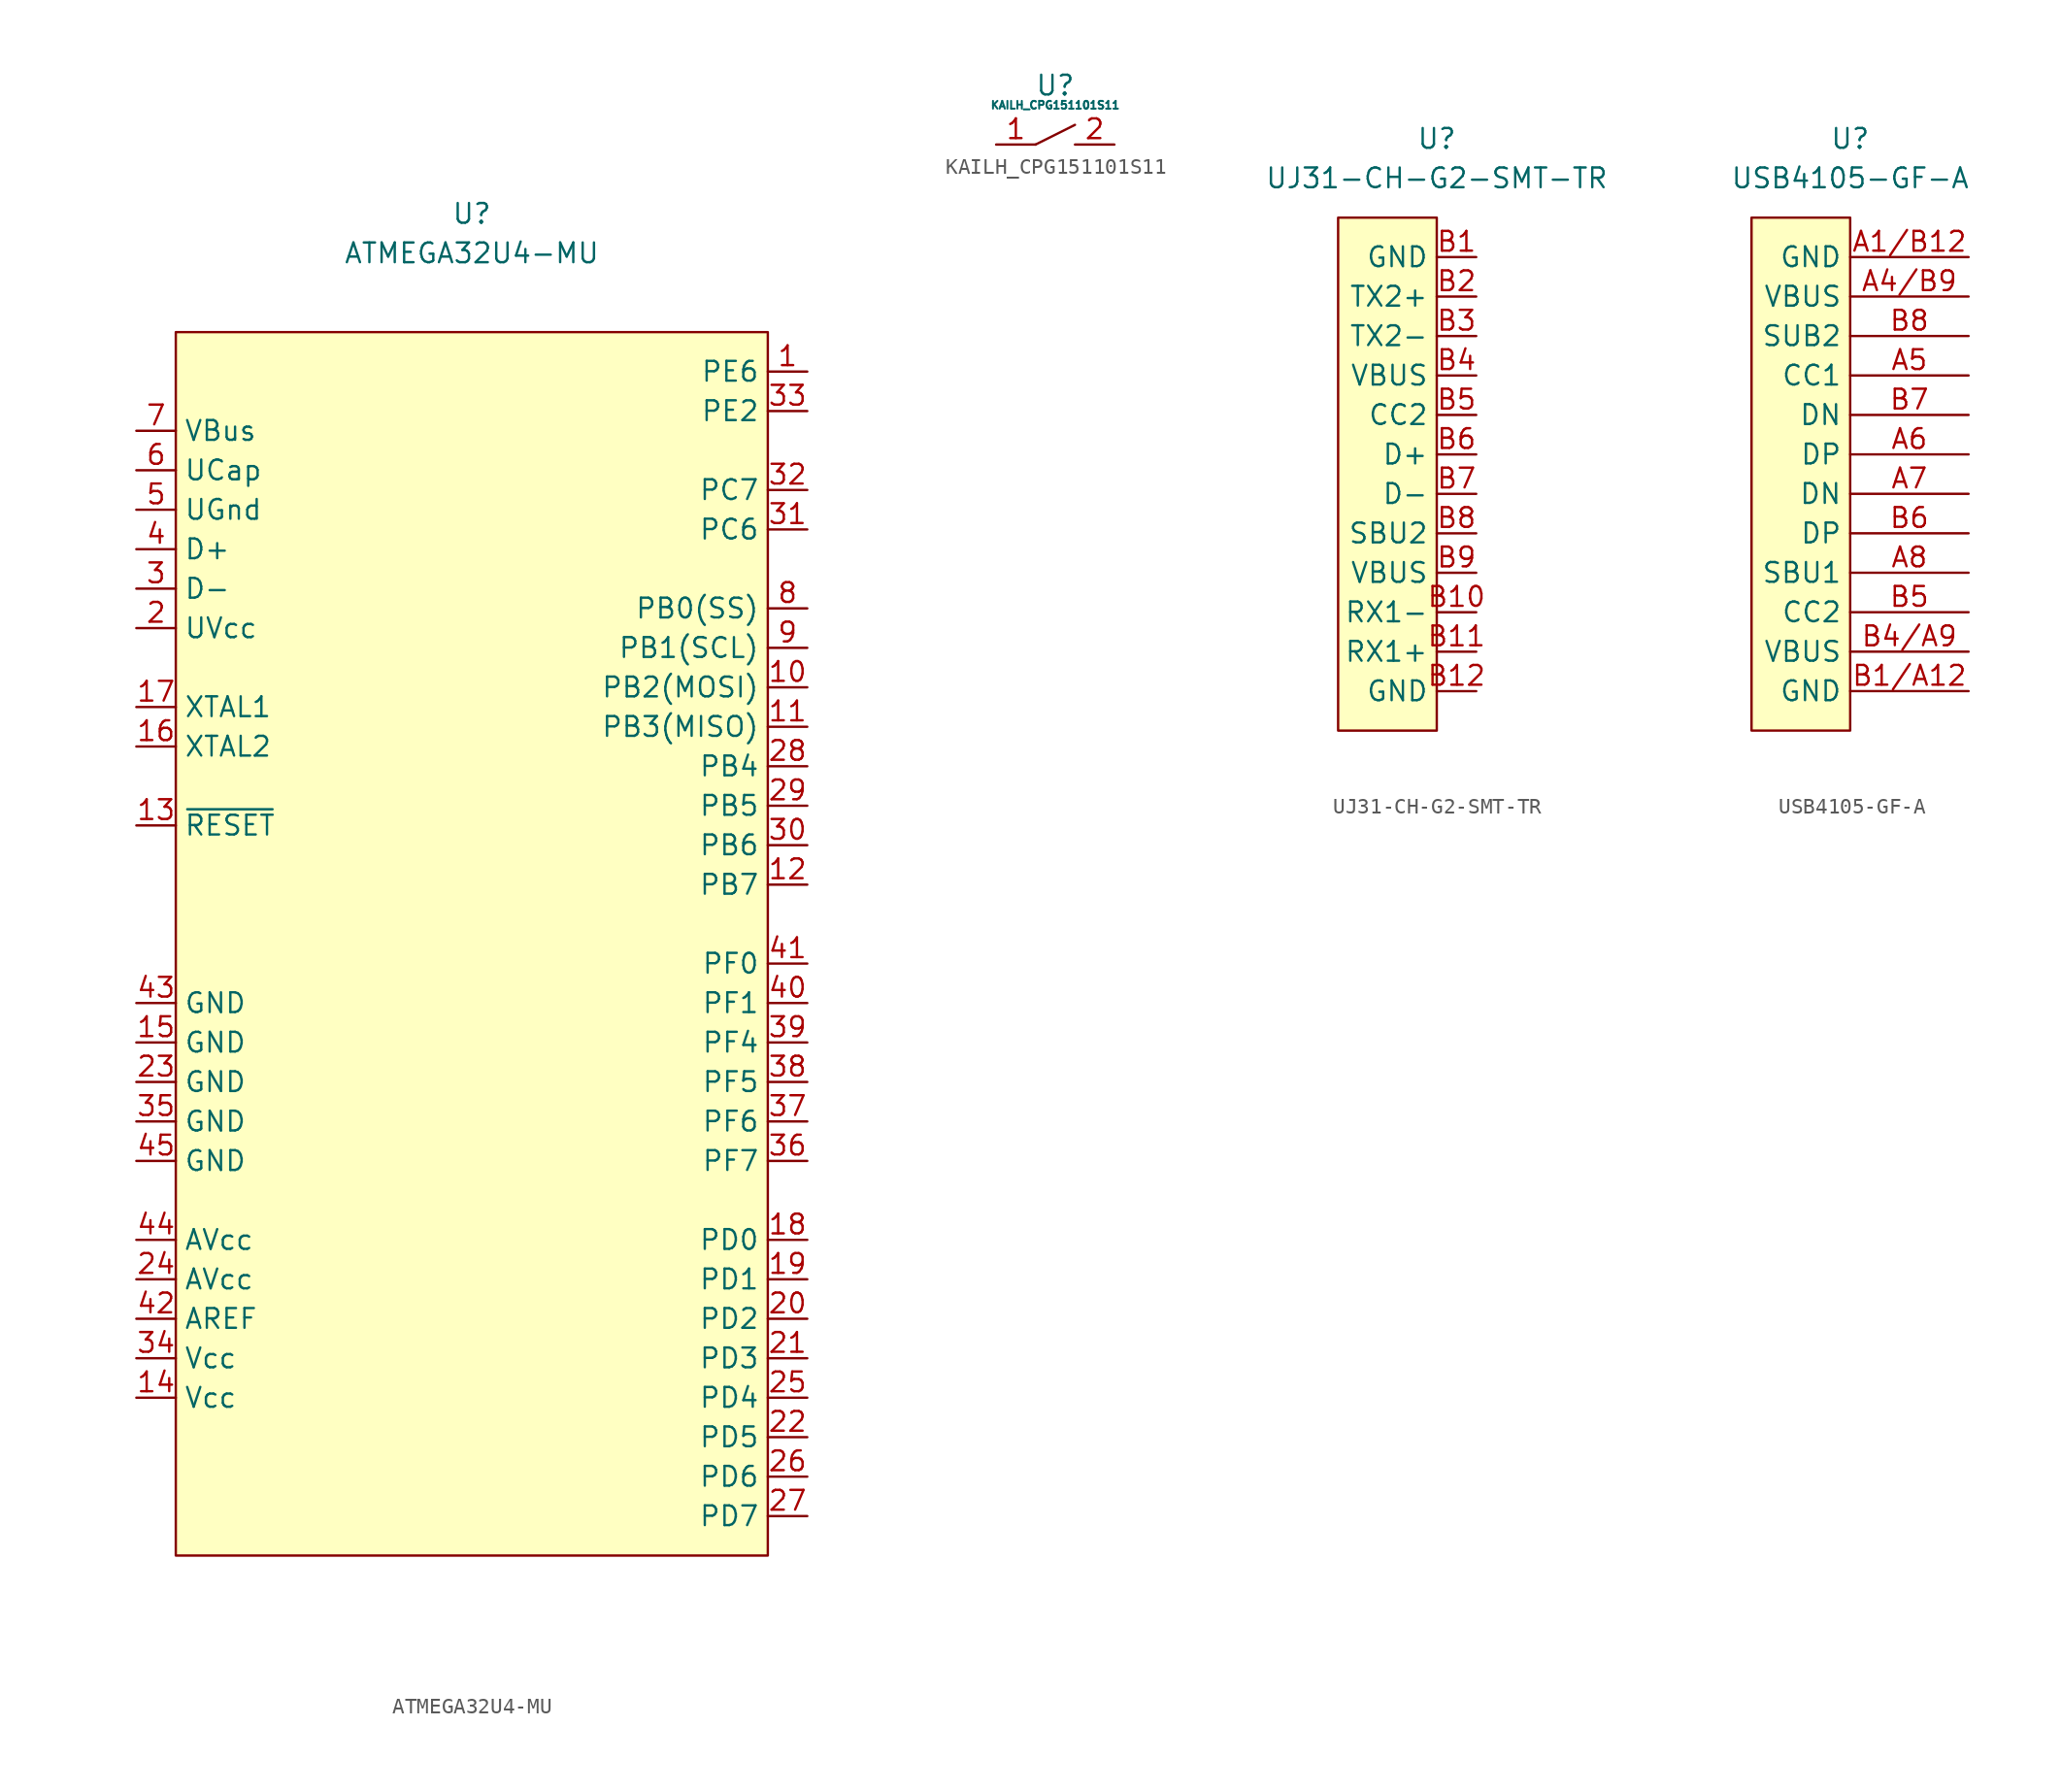
<source format=kicad_sym>
(kicad_symbol_lib
  (version 20211014)
  (generator kicad_symbol_editor)
  (symbol "ATMEGA32U4-MU"
    (property "Reference" "U"
      (at 0 48.26 0)
      (effects (font (size 1.27 1.27))))
    (property "Value" "ATMEGA32U4-MU"
      (at 0 45.72 0)
      (effects (font (size 1.27 1.27))))
    (symbol "ATMEGA32U4-MU_0_1"
      (rectangle (start -19.05 40.64) (end 19.05 -38.1) (stroke (width 0) (type default) (color 0 0 0 0)) (fill (type background))))
    (symbol "ATMEGA32U4-MU_1_1"
      (pin bidirectional line (at 21.59 38.1 180) (length 2.54) (name "PE6" (effects (font (size 1.27 1.27)))) (number "1" (effects (font (size 1.27 1.27)))))
      (pin bidirectional line (at 21.59 17.78 180) (length 2.54) (name "PB2(MOSI)" (effects (font (size 1.27 1.27)))) (number "10" (effects (font (size 1.27 1.27)))))
      (pin bidirectional line (at 21.59 15.24 180) (length 2.54) (name "PB3(MISO)" (effects (font (size 1.27 1.27)))) (number "11" (effects (font (size 1.27 1.27)))))
      (pin bidirectional line (at 21.59 5.08 180) (length 2.54) (name "PB7" (effects (font (size 1.27 1.27)))) (number "12" (effects (font (size 1.27 1.27)))))
      (pin input line (at -21.59 8.89 0) (length 2.54) (name "~{RESET}" (effects (font (size 1.27 1.27)))) (number "13" (effects (font (size 1.27 1.27)))))
      (pin free line (at -21.59 -27.94 0) (length 2.54) (name "Vcc" (effects (font (size 1.27 1.27)))) (number "14" (effects (font (size 1.27 1.27)))))
      (pin free line (at -21.59 -5.08 0) (length 2.54) (name "GND" (effects (font (size 1.27 1.27)))) (number "15" (effects (font (size 1.27 1.27)))))
      (pin bidirectional line (at -21.59 13.97 0) (length 2.54) (name "XTAL2" (effects (font (size 1.27 1.27)))) (number "16" (effects (font (size 1.27 1.27)))))
      (pin bidirectional line (at -21.59 16.51 0) (length 2.54) (name "XTAL1" (effects (font (size 1.27 1.27)))) (number "17" (effects (font (size 1.27 1.27)))))
      (pin bidirectional line (at 21.59 -17.78 180) (length 2.54) (name "PD0" (effects (font (size 1.27 1.27)))) (number "18" (effects (font (size 1.27 1.27)))))
      (pin bidirectional line (at 21.59 -20.32 180) (length 2.54) (name "PD1" (effects (font (size 1.27 1.27)))) (number "19" (effects (font (size 1.27 1.27)))))
      (pin free line (at -21.59 21.59 0) (length 2.54) (name "UVcc" (effects (font (size 1.27 1.27)))) (number "2" (effects (font (size 1.27 1.27)))))
      (pin bidirectional line (at 21.59 -22.86 180) (length 2.54) (name "PD2" (effects (font (size 1.27 1.27)))) (number "20" (effects (font (size 1.27 1.27)))))
      (pin bidirectional line (at 21.59 -25.4 180) (length 2.54) (name "PD3" (effects (font (size 1.27 1.27)))) (number "21" (effects (font (size 1.27 1.27)))))
      (pin bidirectional line (at 21.59 -30.48 180) (length 2.54) (name "PD5" (effects (font (size 1.27 1.27)))) (number "22" (effects (font (size 1.27 1.27)))))
      (pin free line (at -21.59 -7.62 0) (length 2.54) (name "GND" (effects (font (size 1.27 1.27)))) (number "23" (effects (font (size 1.27 1.27)))))
      (pin free line (at -21.59 -20.32 0) (length 2.54) (name "AVcc" (effects (font (size 1.27 1.27)))) (number "24" (effects (font (size 1.27 1.27)))))
      (pin bidirectional line (at 21.59 -27.94 180) (length 2.54) (name "PD4" (effects (font (size 1.27 1.27)))) (number "25" (effects (font (size 1.27 1.27)))))
      (pin bidirectional line (at 21.59 -33.02 180) (length 2.54) (name "PD6" (effects (font (size 1.27 1.27)))) (number "26" (effects (font (size 1.27 1.27)))))
      (pin bidirectional line (at 21.59 -35.56 180) (length 2.54) (name "PD7" (effects (font (size 1.27 1.27)))) (number "27" (effects (font (size 1.27 1.27)))))
      (pin bidirectional line (at 21.59 12.7 180) (length 2.54) (name "PB4" (effects (font (size 1.27 1.27)))) (number "28" (effects (font (size 1.27 1.27)))))
      (pin bidirectional line (at 21.59 10.16 180) (length 2.54) (name "PB5" (effects (font (size 1.27 1.27)))) (number "29" (effects (font (size 1.27 1.27)))))
      (pin bidirectional line (at -21.59 24.13 0) (length 2.54) (name "D-" (effects (font (size 1.27 1.27)))) (number "3" (effects (font (size 1.27 1.27)))))
      (pin bidirectional line (at 21.59 7.62 180) (length 2.54) (name "PB6" (effects (font (size 1.27 1.27)))) (number "30" (effects (font (size 1.27 1.27)))))
      (pin bidirectional line (at 21.59 27.94 180) (length 2.54) (name "PC6" (effects (font (size 1.27 1.27)))) (number "31" (effects (font (size 1.27 1.27)))))
      (pin bidirectional line (at 21.59 30.48 180) (length 2.54) (name "PC7" (effects (font (size 1.27 1.27)))) (number "32" (effects (font (size 1.27 1.27)))))
      (pin bidirectional line (at 21.59 35.56 180) (length 2.54) (name "PE2" (effects (font (size 1.27 1.27)))) (number "33" (effects (font (size 1.27 1.27)))))
      (pin free line (at -21.59 -25.4 0) (length 2.54) (name "Vcc" (effects (font (size 1.27 1.27)))) (number "34" (effects (font (size 1.27 1.27)))))
      (pin free line (at -21.59 -10.16 0) (length 2.54) (name "GND" (effects (font (size 1.27 1.27)))) (number "35" (effects (font (size 1.27 1.27)))))
      (pin bidirectional line (at 21.59 -12.7 180) (length 2.54) (name "PF7" (effects (font (size 1.27 1.27)))) (number "36" (effects (font (size 1.27 1.27)))))
      (pin bidirectional line (at 21.59 -10.16 180) (length 2.54) (name "PF6" (effects (font (size 1.27 1.27)))) (number "37" (effects (font (size 1.27 1.27)))))
      (pin bidirectional line (at 21.59 -7.62 180) (length 2.54) (name "PF5" (effects (font (size 1.27 1.27)))) (number "38" (effects (font (size 1.27 1.27)))))
      (pin bidirectional line (at 21.59 -5.08 180) (length 2.54) (name "PF4" (effects (font (size 1.27 1.27)))) (number "39" (effects (font (size 1.27 1.27)))))
      (pin bidirectional line (at -21.59 26.67 0) (length 2.54) (name "D+" (effects (font (size 1.27 1.27)))) (number "4" (effects (font (size 1.27 1.27)))))
      (pin bidirectional line (at 21.59 -2.54 180) (length 2.54) (name "PF1" (effects (font (size 1.27 1.27)))) (number "40" (effects (font (size 1.27 1.27)))))
      (pin bidirectional line (at 21.59 0 180) (length 2.54) (name "PF0" (effects (font (size 1.27 1.27)))) (number "41" (effects (font (size 1.27 1.27)))))
      (pin free line (at -21.59 -22.86 0) (length 2.54) (name "AREF" (effects (font (size 1.27 1.27)))) (number "42" (effects (font (size 1.27 1.27)))))
      (pin free line (at -21.59 -2.54 0) (length 2.54) (name "GND" (effects (font (size 1.27 1.27)))) (number "43" (effects (font (size 1.27 1.27)))))
      (pin free line (at -21.59 -17.78 0) (length 2.54) (name "AVcc" (effects (font (size 1.27 1.27)))) (number "44" (effects (font (size 1.27 1.27)))))
      (pin free line (at -21.59 -12.7 0) (length 2.54) (name "GND" (effects (font (size 1.27 1.27)))) (number "45" (effects (font (size 1.27 1.27)))))
      (pin free line (at -21.59 29.21 0) (length 2.54) (name "UGnd" (effects (font (size 1.27 1.27)))) (number "5" (effects (font (size 1.27 1.27)))))
      (pin free line (at -21.59 31.75 0) (length 2.54) (name "UCap" (effects (font (size 1.27 1.27)))) (number "6" (effects (font (size 1.27 1.27)))))
      (pin free line (at -21.59 34.29 0) (length 2.54) (name "VBus" (effects (font (size 1.27 1.27)))) (number "7" (effects (font (size 1.27 1.27)))))
      (pin bidirectional line (at 21.59 22.86 180) (length 2.54) (name "PB0(SS)" (effects (font (size 1.27 1.27)))) (number "8" (effects (font (size 1.27 1.27)))))
      (pin bidirectional line (at 21.59 20.32 180) (length 2.54) (name "PB1(SCL)" (effects (font (size 1.27 1.27)))) (number "9" (effects (font (size 1.27 1.27)))))))
  (symbol "KAILH_CPG151101S11"
    (property "Reference" "U"
      (at 0 3.81 0)
      (effects (font (size 1.27 1.27))))
    (property "Value" "KAILH_CPG151101S11"
      (at 0 2.54 0)
      (effects (font (size 0.5 0.5))))
    (symbol "KAILH_CPG151101S11_0_1"
      (polyline (pts (xy -1.27 0) (xy 1.27 1.27)) (stroke (width 0) (type default) (color 0 0 0 0)) (fill (type none))))
    (symbol "KAILH_CPG151101S11_1_1"
      (pin free line (at -3.81 0 0) (length 2.54) (name "" (effects (font (size 1.27 1.27)))) (number "1" (effects (font (size 1.27 1.27)))))
      (pin free line (at 3.81 0 180) (length 2.54) (name "" (effects (font (size 1.27 1.27)))) (number "2" (effects (font (size 1.27 1.27)))))))
  (symbol "UJ31-CH-G2-SMT-TR"
    (property "Reference" "U"
      (at 0 21.59 0)
      (effects (font (size 1.27 1.27))))
    (property "Value" "UJ31-CH-G2-SMT-TR"
      (at 0 19.05 0)
      (effects (font (size 1.27 1.27))))
    (symbol "UJ31-CH-G2-SMT-TR_0_1"
      (rectangle (start -6.35 16.51) (end 0 -16.51) (stroke (width 0) (type default) (color 0 0 0 0)) (fill (type background))))
    (symbol "UJ31-CH-G2-SMT-TR_1_1"
      (pin free line (at 2.54 13.97 180) (length 2.54) (name "GND" (effects (font (size 1.27 1.27)))) (number "B1" (effects (font (size 1.27 1.27)))))
      (pin bidirectional line (at 2.54 -8.89 180) (length 2.54) (name "RX1-" (effects (font (size 1.27 1.27)))) (number "B10" (effects (font (size 1.27 1.27)))))
      (pin bidirectional line (at 2.54 -11.43 180) (length 2.54) (name "RX1+" (effects (font (size 1.27 1.27)))) (number "B11" (effects (font (size 1.27 1.27)))))
      (pin free line (at 2.54 -13.97 180) (length 2.54) (name "GND" (effects (font (size 1.27 1.27)))) (number "B12" (effects (font (size 1.27 1.27)))))
      (pin bidirectional line (at 2.54 11.43 180) (length 2.54) (name "TX2+" (effects (font (size 1.27 1.27)))) (number "B2" (effects (font (size 1.27 1.27)))))
      (pin bidirectional line (at 2.54 8.89 180) (length 2.54) (name "TX2-" (effects (font (size 1.27 1.27)))) (number "B3" (effects (font (size 1.27 1.27)))))
      (pin free line (at 2.54 6.35 180) (length 2.54) (name "VBUS" (effects (font (size 1.27 1.27)))) (number "B4" (effects (font (size 1.27 1.27)))))
      (pin free line (at 2.54 3.81 180) (length 2.54) (name "CC2" (effects (font (size 1.27 1.27)))) (number "B5" (effects (font (size 1.27 1.27)))))
      (pin bidirectional line (at 2.54 1.27 180) (length 2.54) (name "D+" (effects (font (size 1.27 1.27)))) (number "B6" (effects (font (size 1.27 1.27)))))
      (pin bidirectional line (at 2.54 -1.27 180) (length 2.54) (name "D-" (effects (font (size 1.27 1.27)))) (number "B7" (effects (font (size 1.27 1.27)))))
      (pin free line (at 2.54 -3.81 180) (length 2.54) (name "SBU2" (effects (font (size 1.27 1.27)))) (number "B8" (effects (font (size 1.27 1.27)))))
      (pin free line (at 2.54 -6.35 180) (length 2.54) (name "VBUS" (effects (font (size 1.27 1.27)))) (number "B9" (effects (font (size 1.27 1.27)))))))
  (symbol "USB4105-GF-A"
    (property "Reference" "U"
      (at 0 12.7 0)
      (effects (font (size 1.27 1.27))))
    (property "Value" "USB4105-GF-A"
      (at 0 10.16 0)
      (effects (font (size 1.27 1.27))))
    (symbol "USB4105-GF-A_0_1"
      (rectangle (start -6.35 7.62) (end 0 -25.4) (stroke (width 0) (type default) (color 0 0 0 0)) (fill (type background))))
    (symbol "USB4105-GF-A_1_1"
      (pin free line (at 7.62 5.08 180) (length 7.62) (name "GND" (effects (font (size 1.27 1.27)))) (number "A1/B12" (effects (font (size 1.27 1.27)))))
      (pin free line (at 7.62 2.54 180) (length 7.62) (name "VBUS" (effects (font (size 1.27 1.27)))) (number "A4/B9" (effects (font (size 1.27 1.27)))))
      (pin free line (at 7.62 -2.54 180) (length 7.62) (name "CC1" (effects (font (size 1.27 1.27)))) (number "A5" (effects (font (size 1.27 1.27)))))
      (pin bidirectional line (at 7.62 -7.62 180) (length 7.62) (name "DP" (effects (font (size 1.27 1.27)))) (number "A6" (effects (font (size 1.27 1.27)))))
      (pin bidirectional line (at 7.62 -10.16 180) (length 7.62) (name "DN" (effects (font (size 1.27 1.27)))) (number "A7" (effects (font (size 1.27 1.27)))))
      (pin free line (at 7.62 -15.24 180) (length 7.62) (name "SBU1" (effects (font (size 1.27 1.27)))) (number "A8" (effects (font (size 1.27 1.27)))))
      (pin free line (at 7.62 -22.86 180) (length 7.62) (name "GND" (effects (font (size 1.27 1.27)))) (number "B1/A12" (effects (font (size 1.27 1.27)))))
      (pin free line (at 7.62 -20.32 180) (length 7.62) (name "VBUS" (effects (font (size 1.27 1.27)))) (number "B4/A9" (effects (font (size 1.27 1.27)))))
      (pin free line (at 7.62 -17.78 180) (length 7.62) (name "CC2" (effects (font (size 1.27 1.27)))) (number "B5" (effects (font (size 1.27 1.27)))))
      (pin bidirectional line (at 7.62 -12.7 180) (length 7.62) (name "DP" (effects (font (size 1.27 1.27)))) (number "B6" (effects (font (size 1.27 1.27)))))
      (pin bidirectional line (at 7.62 -5.08 180) (length 7.62) (name "DN" (effects (font (size 1.27 1.27)))) (number "B7" (effects (font (size 1.27 1.27)))))
      (pin free line (at 7.62 0 180) (length 7.62) (name "SUB2" (effects (font (size 1.27 1.27)))) (number "B8" (effects (font (size 1.27 1.27))))))))
</source>
